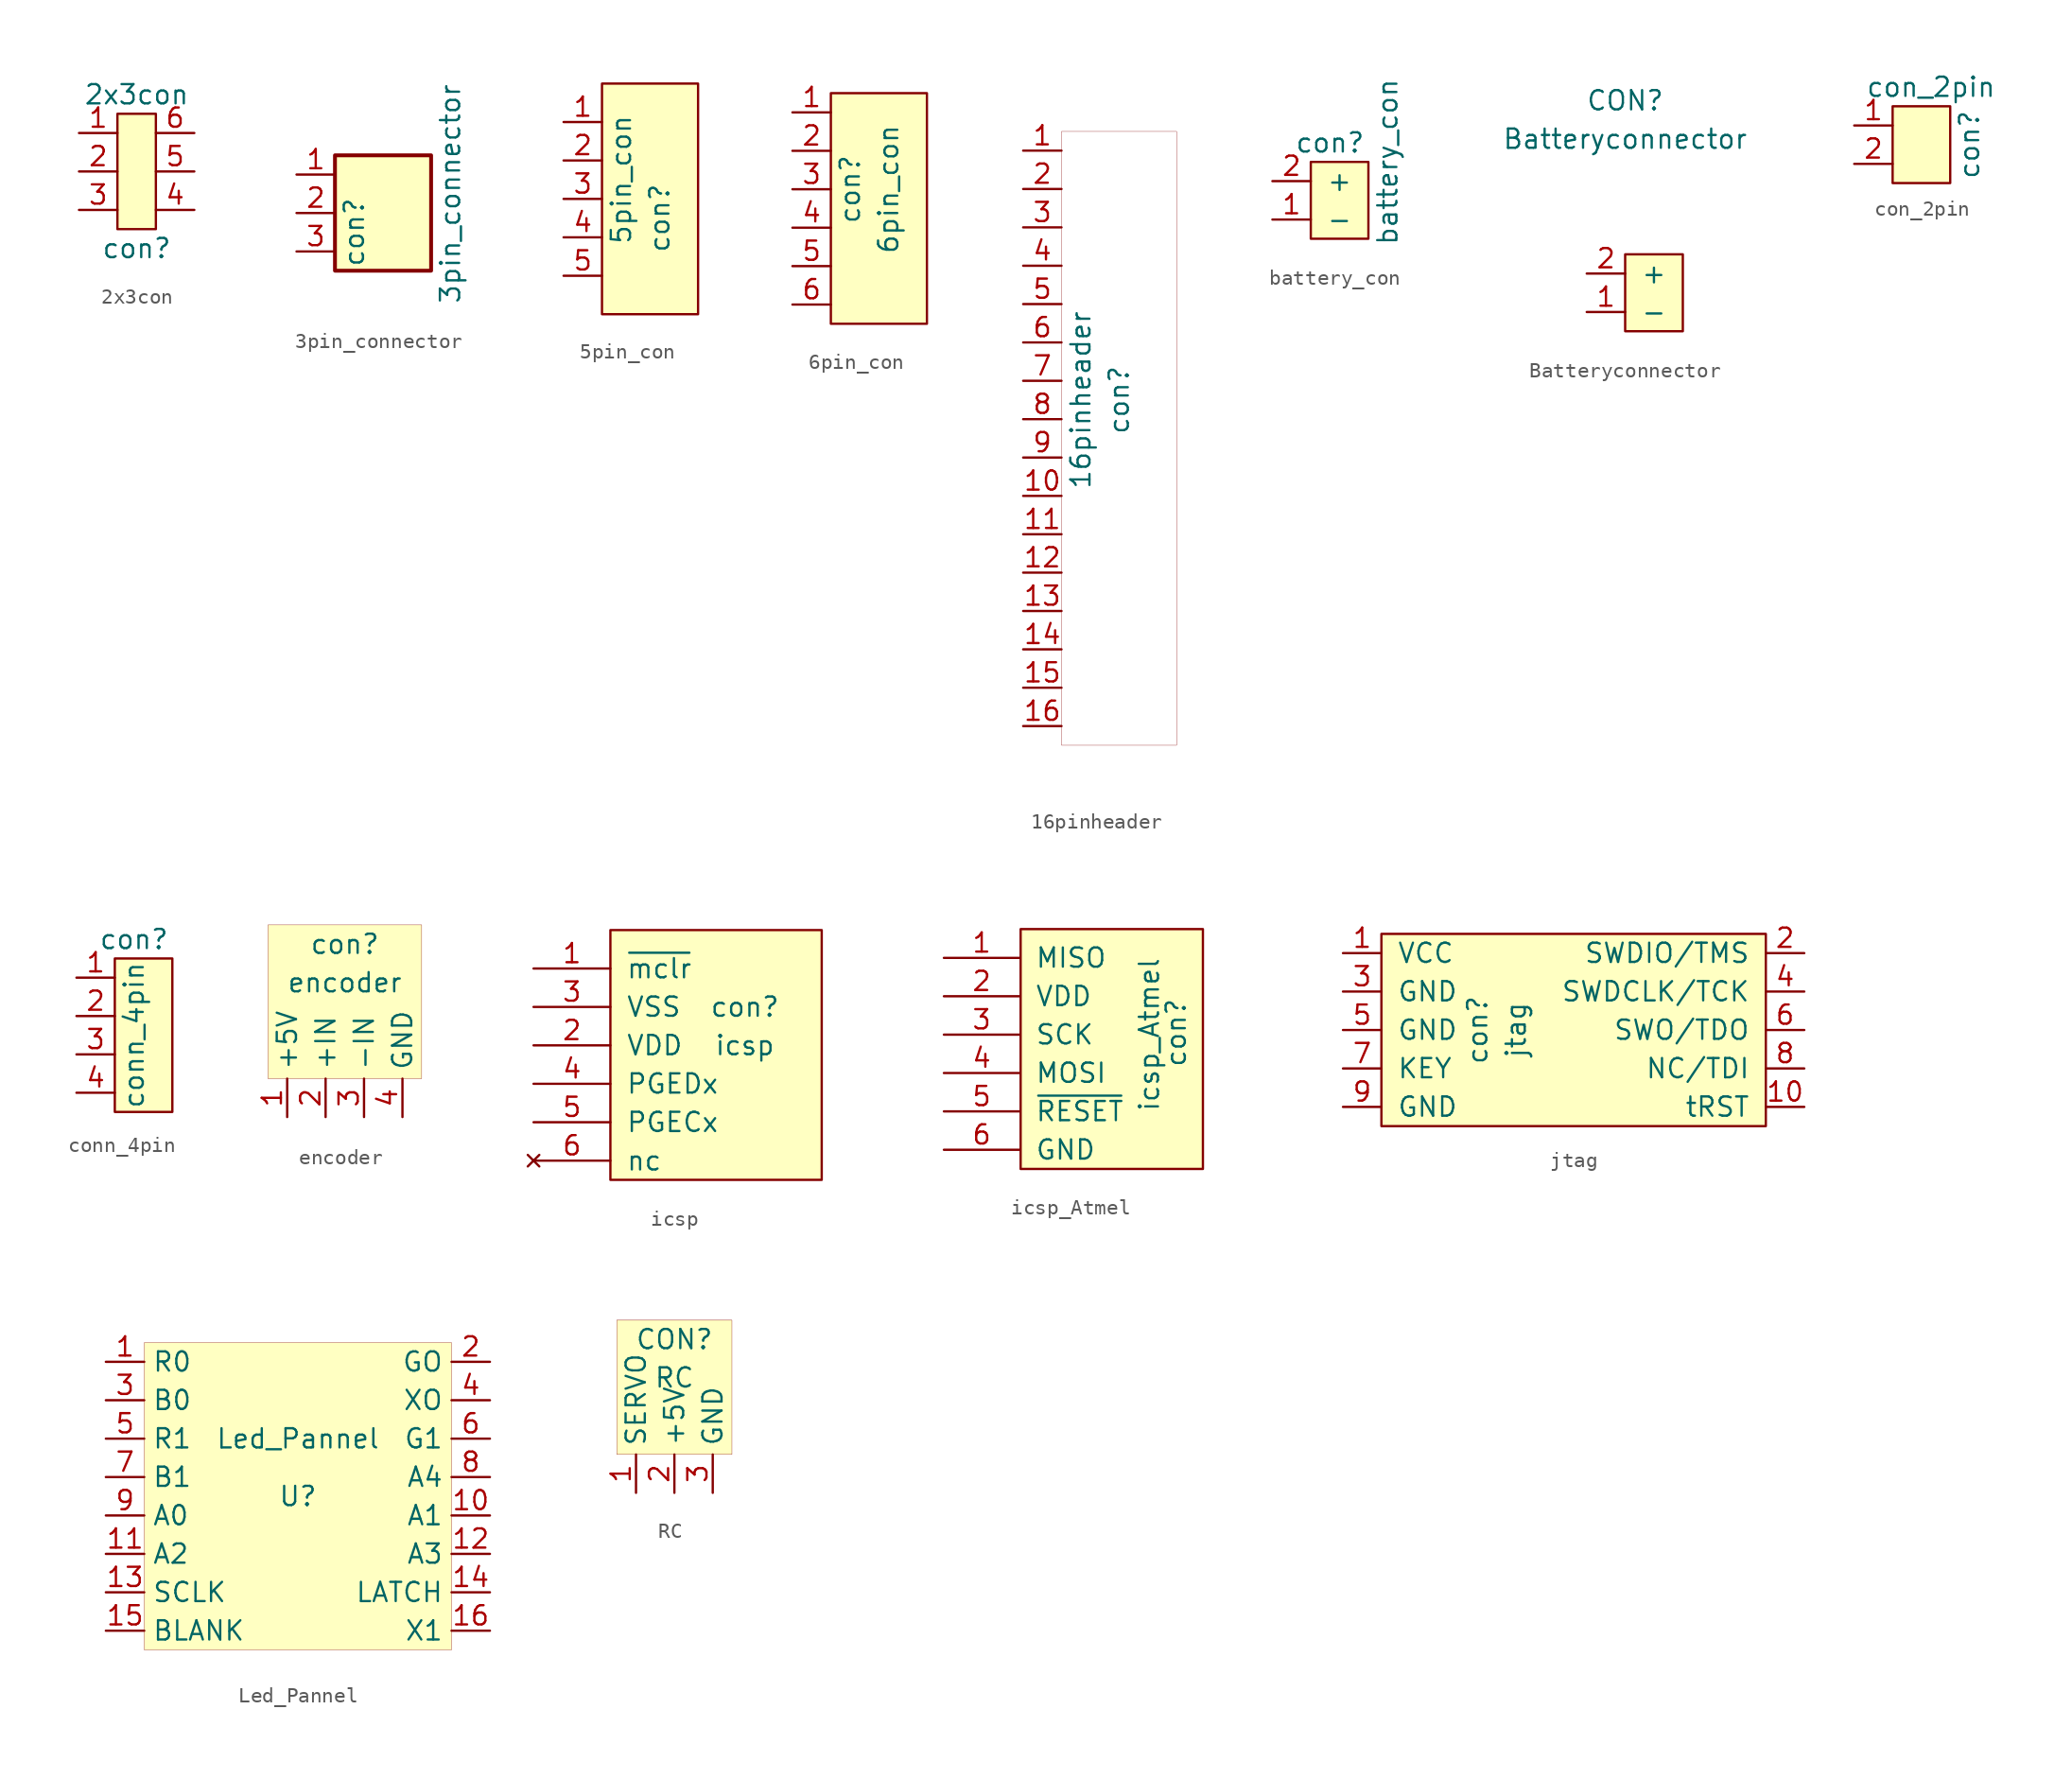
<source format=kicad_sym>
(kicad_symbol_lib
  (version 20201005)
  (generator kicad_symbol_editor)
  (symbol "conectors:2x3con"
    (pin_names
      (offset 1.016))
    (property "Reference" "con"
      (at 1.27 -7.62 0)
      (effects (font (size 1.27 1.27))))
    (property "Value" "2x3con"
      (at 1.27 2.54 0)
      (effects (font (size 1.27 1.27))))
    (symbol "2x3con_0_1"
      (rectangle (start 0 1.27) (end 2.54 -6.35) (stroke (width 0)) (fill (type background))))
    (symbol "2x3con_1_1"
      (pin unspecified line (at -2.54 0 0) (length 2.54) (name "~" (effects (font (size 1.27 1.27)))) (number "1" (effects (font (size 1.27 1.27)))))
      (pin unspecified line (at -2.54 -2.54 0) (length 2.54) (name "~" (effects (font (size 1.27 1.27)))) (number "2" (effects (font (size 1.27 1.27)))))
      (pin unspecified line (at -2.54 -5.08 0) (length 2.54) (name "~" (effects (font (size 1.27 1.27)))) (number "3" (effects (font (size 1.27 1.27)))))
      (pin unspecified line (at 5.08 -5.08 180) (length 2.54) (name "~" (effects (font (size 1.27 1.27)))) (number "4" (effects (font (size 1.27 1.27)))))
      (pin unspecified line (at 5.08 -2.54 180) (length 2.54) (name "~" (effects (font (size 1.27 1.27)))) (number "5" (effects (font (size 1.27 1.27)))))
      (pin unspecified line (at 5.08 0 180) (length 2.54) (name "~" (effects (font (size 1.27 1.27)))) (number "6" (effects (font (size 1.27 1.27)))))))
  (symbol "conectors:3pin_connector"
    (pin_names
      (offset 1.016))
    (property "Reference" "con"
      (at -2.54 -3.81 90)
      (effects (font (size 1.27 1.27))))
    (property "Value" "3pin_connector"
      (at 3.81 -1.27 90)
      (effects (font (size 1.27 1.27))))
    (symbol "3pin_connector_0_1"
      (rectangle (start -3.81 1.27) (end 2.54 -6.35) (stroke (width 0.254)) (fill (type background))))
    (symbol "3pin_connector_1_1"
      (pin input line (at -6.35 0 0) (length 2.54) (name "~" (effects (font (size 1.27 1.27)))) (number "1" (effects (font (size 1.27 1.27)))))
      (pin input line (at -6.35 -2.54 0) (length 2.54) (name "~" (effects (font (size 1.27 1.27)))) (number "2" (effects (font (size 1.27 1.27)))))
      (pin input line (at -6.35 -5.08 0) (length 2.54) (name "~" (effects (font (size 1.27 1.27)))) (number "3" (effects (font (size 1.27 1.27)))))))
  (symbol "conectors:5pin_con"
    (pin_names
      (offset 1.016))
    (property "Reference" "con"
      (at 0 -2.54 90)
      (effects (font (size 1.27 1.27))))
    (property "Value" "5pin_con"
      (at -2.54 0 90)
      (effects (font (size 1.27 1.27))))
    (symbol "5pin_con_1_1"
      (rectangle (start -3.81 6.35) (end 2.54 -8.89) (stroke (width 0)) (fill (type background)))
      (pin unspecified line (at -6.35 3.81 0) (length 2.54) (name "~" (effects (font (size 1.27 1.27)))) (number "1" (effects (font (size 1.27 1.27)))))
      (pin unspecified line (at -6.35 1.27 0) (length 2.54) (name "~" (effects (font (size 1.27 1.27)))) (number "2" (effects (font (size 1.27 1.27)))))
      (pin unspecified line (at -6.35 -1.27 0) (length 2.54) (name "~" (effects (font (size 1.27 1.27)))) (number "3" (effects (font (size 1.27 1.27)))))
      (pin unspecified line (at -6.35 -3.81 0) (length 2.54) (name "~" (effects (font (size 1.27 1.27)))) (number "4" (effects (font (size 1.27 1.27)))))
      (pin unspecified line (at -6.35 -6.35 0) (length 2.54) (name "~" (effects (font (size 1.27 1.27)))) (number "5" (effects (font (size 1.27 1.27)))))))
  (symbol "conectors:6pin_con"
    (pin_names
      (offset 1.016))
    (property "Reference" "con"
      (at 1.27 -5.08 90)
      (effects (font (size 1.27 1.27))))
    (property "Value" "6pin_con"
      (at 3.81 -5.08 90)
      (effects (font (size 1.27 1.27))))
    (symbol "6pin_con_0_1"
      (rectangle (start 0 1.27) (end 6.35 -13.97) (stroke (width 0)) (fill (type background))))
    (symbol "6pin_con_1_1"
      (pin unspecified line (at -2.54 0 0) (length 2.54) (name "~" (effects (font (size 1.27 1.27)))) (number "1" (effects (font (size 1.27 1.27)))))
      (pin unspecified line (at -2.54 -2.54 0) (length 2.54) (name "~" (effects (font (size 1.27 1.27)))) (number "2" (effects (font (size 1.27 1.27)))))
      (pin unspecified line (at -2.54 -5.08 0) (length 2.54) (name "~" (effects (font (size 1.27 1.27)))) (number "3" (effects (font (size 1.27 1.27)))))
      (pin unspecified line (at -2.54 -7.62 0) (length 2.54) (name "~" (effects (font (size 1.27 1.27)))) (number "4" (effects (font (size 1.27 1.27)))))
      (pin unspecified line (at -2.54 -10.16 0) (length 2.54) (name "~" (effects (font (size 1.27 1.27)))) (number "5" (effects (font (size 1.27 1.27)))))
      (pin unspecified line (at -2.54 -12.7 0) (length 2.54) (name "~" (effects (font (size 1.27 1.27)))) (number "6" (effects (font (size 1.27 1.27)))))))
  (symbol "conectors:16pinheader"
    (property "Reference" "con"
      (at 3.81 1.27 90)
      (effects (font (size 1.27 1.27))))
    (property "Value" "16pinheader"
      (at 1.27 1.27 90)
      (effects (font (size 1.27 1.27))))
    (symbol "16pinheader_0_1"
      (rectangle (start 0 19.05) (end 7.62 -21.59) (stroke (width 0.001)) (fill (type none))))
    (symbol "16pinheader_1_1"
      (pin input line (at -2.54 17.78 0) (length 2.54) (name "" (effects (font (size 1.27 1.27)))) (number "1" (effects (font (size 1.27 1.27)))))
      (pin input line (at -2.54 15.24 0) (length 2.54) (name "" (effects (font (size 1.27 1.27)))) (number "2" (effects (font (size 1.27 1.27)))))
      (pin input line (at -2.54 12.7 0) (length 2.54) (name "" (effects (font (size 1.27 1.27)))) (number "3" (effects (font (size 1.27 1.27)))))
      (pin input line (at -2.54 10.16 0) (length 2.54) (name "" (effects (font (size 1.27 1.27)))) (number "4" (effects (font (size 1.27 1.27)))))
      (pin input line (at -2.54 7.62 0) (length 2.54) (name "" (effects (font (size 1.27 1.27)))) (number "5" (effects (font (size 1.27 1.27)))))
      (pin input line (at -2.54 5.08 0) (length 2.54) (name "" (effects (font (size 1.27 1.27)))) (number "6" (effects (font (size 1.27 1.27)))))
      (pin input line (at -2.54 2.54 0) (length 2.54) (name "" (effects (font (size 1.27 1.27)))) (number "7" (effects (font (size 1.27 1.27)))))
      (pin input line (at -2.54 0 0) (length 2.54) (name "" (effects (font (size 1.27 1.27)))) (number "8" (effects (font (size 1.27 1.27)))))
      (pin input line (at -2.54 -2.54 0) (length 2.54) (name "" (effects (font (size 1.27 1.27)))) (number "9" (effects (font (size 1.27 1.27)))))
      (pin input line (at -2.54 -5.08 0) (length 2.54) (name "" (effects (font (size 1.27 1.27)))) (number "10" (effects (font (size 1.27 1.27)))))
      (pin input line (at -2.54 -7.62 0) (length 2.54) (name "" (effects (font (size 1.27 1.27)))) (number "11" (effects (font (size 1.27 1.27)))))
      (pin input line (at -2.54 -10.16 0) (length 2.54) (name "" (effects (font (size 1.27 1.27)))) (number "12" (effects (font (size 1.27 1.27)))))
      (pin input line (at -2.54 -12.7 0) (length 2.54) (name "" (effects (font (size 1.27 1.27)))) (number "13" (effects (font (size 1.27 1.27)))))
      (pin input line (at -2.54 -15.24 0) (length 2.54) (name "" (effects (font (size 1.27 1.27)))) (number "14" (effects (font (size 1.27 1.27)))))
      (pin input line (at -2.54 -17.78 0) (length 2.54) (name "" (effects (font (size 1.27 1.27)))) (number "15" (effects (font (size 1.27 1.27)))))
      (pin input line (at -2.54 -20.32 0) (length 2.54) (name "" (effects (font (size 1.27 1.27)))) (number "16" (effects (font (size 1.27 1.27)))))))
  (symbol "conectors:battery_con"
    (pin_names
      (offset 1.016))
    (property "Reference" "con"
      (at 0 3.81 0)
      (effects (font (size 1.27 1.27))))
    (property "Value" "battery_con"
      (at 3.81 2.54 90)
      (effects (font (size 1.27 1.27))))
    (symbol "battery_con_1_1"
      (rectangle (start -1.27 2.54) (end 2.54 -2.54) (stroke (width 0)) (fill (type background)))
      (pin unspecified line (at -3.81 -1.27 0) (length 2.54) (name "-" (effects (font (size 1.27 1.27)))) (number "1" (effects (font (size 1.27 1.27)))))
      (pin unspecified line (at -3.81 1.27 0) (length 2.54) (name "+" (effects (font (size 1.27 1.27)))) (number "2" (effects (font (size 1.27 1.27)))))))
  (symbol "conectors:Batteryconnector"
    (pin_names
      (offset 1.016))
    (property "Reference" "CON"
      (at 0 11.43 0)
      (effects (font (size 1.27 1.27))))
    (property "Value" "Batteryconnector"
      (at 0 8.89 0)
      (effects (font (size 1.27 1.27))))
    (symbol "Batteryconnector_0_1"
      (rectangle (start 0 1.27) (end 3.81 -3.81) (stroke (width 0)) (fill (type background))))
    (symbol "Batteryconnector_1_1"
      (pin power_in line (at -2.54 -2.54 0) (length 2.54) (name "-" (effects (font (size 1.27 1.27)))) (number "1" (effects (font (size 1.27 1.27)))))
      (pin power_out line (at -2.54 0 0) (length 2.54) (name "+" (effects (font (size 1.27 1.27)))) (number "2" (effects (font (size 1.27 1.27)))))))
  (symbol "conectors:con_2pin"
    (pin_names
      (offset 1.016))
    (property "Reference" "con"
      (at 3.81 0 90)
      (effects (font (size 1.27 1.27))))
    (property "Value" "con_2pin"
      (at 1.27 3.81 0)
      (effects (font (size 1.27 1.27))))
    (symbol "con_2pin_1_1"
      (rectangle (start -1.27 2.54) (end 2.54 -2.54) (stroke (width 0)) (fill (type background)))
      (pin unspecified line (at -3.81 1.27 0) (length 2.54) (name "~" (effects (font (size 1.27 1.27)))) (number "1" (effects (font (size 1.27 1.27)))))
      (pin unspecified line (at -3.81 -1.27 0) (length 2.54) (name "~" (effects (font (size 1.27 1.27)))) (number "2" (effects (font (size 1.27 1.27)))))))
  (symbol "conectors:conn_4pin"
    (pin_names
      (offset 1.016))
    (property "Reference" "con"
      (at 1.27 2.54 0)
      (effects (font (size 1.27 1.27))))
    (property "Value" "conn_4pin"
      (at 1.27 -3.81 90)
      (effects (font (size 1.27 1.27))))
    (symbol "conn_4pin_0_1"
      (rectangle (start 0 1.27) (end 3.81 -8.89) (stroke (width 0)) (fill (type background))))
    (symbol "conn_4pin_1_1"
      (pin unspecified line (at -2.54 0 0) (length 2.54) (name "~" (effects (font (size 1.27 1.27)))) (number "1" (effects (font (size 1.27 1.27)))))
      (pin unspecified line (at -2.54 -2.54 0) (length 2.54) (name "~" (effects (font (size 1.27 1.27)))) (number "2" (effects (font (size 1.27 1.27)))))
      (pin unspecified line (at -2.54 -5.08 0) (length 2.54) (name "~" (effects (font (size 1.27 1.27)))) (number "3" (effects (font (size 1.27 1.27)))))
      (pin unspecified line (at -2.54 -7.62 0) (length 2.54) (name "~" (effects (font (size 1.27 1.27)))) (number "4" (effects (font (size 1.27 1.27)))))))
  (symbol "conectors:encoder"
    (property "Reference" "con"
      (at 0 6.35 0)
      (effects (font (size 1.27 1.27))))
    (property "Value" "encoder"
      (at 0 3.81 0)
      (effects (font (size 1.27 1.27))))
    (symbol "encoder_0_1"
      (rectangle (start -5.08 7.62) (end 5.08 -2.54) (stroke (width 0.001)) (fill (type background))))
    (symbol "encoder_1_1"
      (pin power_in line (at -3.81 -5.08 90) (length 2.54) (name "+5V" (effects (font (size 1.27 1.27)))) (number "1" (effects (font (size 1.27 1.27)))))
      (pin output line (at -1.27 -5.08 90) (length 2.54) (name "+IN" (effects (font (size 1.27 1.27)))) (number "2" (effects (font (size 1.27 1.27)))))
      (pin output line (at 1.27 -5.08 90) (length 2.54) (name "-IN" (effects (font (size 1.27 1.27)))) (number "3" (effects (font (size 1.27 1.27)))))
      (pin power_out line (at 3.81 -5.08 90) (length 2.54) (name "GND" (effects (font (size 1.27 1.27)))) (number "4" (effects (font (size 1.27 1.27)))))))
  (symbol "conectors:icsp"
    (pin_names
      (offset 1.016))
    (property "Reference" "con"
      (at 8.89 -2.54 0)
      (effects (font (size 1.27 1.27))))
    (property "Value" "icsp"
      (at 8.89 -5.08 0)
      (effects (font (size 1.27 1.27))))
    (symbol "icsp_0_1"
      (rectangle (start 0 2.54) (end 13.97 -13.97) (stroke (width 0)) (fill (type background))))
    (symbol "icsp_1_1"
      (pin input line (at -5.08 0 0) (length 5.08) (name "~mclr" (effects (font (size 1.27 1.27)))) (number "1" (effects (font (size 1.27 1.27)))))
      (pin input line (at -5.08 -5.08 0) (length 5.08) (name "VDD" (effects (font (size 1.27 1.27)))) (number "2" (effects (font (size 1.27 1.27)))))
      (pin input line (at -5.08 -2.54 0) (length 5.08) (name "VSS" (effects (font (size 1.27 1.27)))) (number "3" (effects (font (size 1.27 1.27)))))
      (pin input line (at -5.08 -7.62 0) (length 5.08) (name "PGEDx" (effects (font (size 1.27 1.27)))) (number "4" (effects (font (size 1.27 1.27)))))
      (pin input line (at -5.08 -10.16 0) (length 5.08) (name "PGECx" (effects (font (size 1.27 1.27)))) (number "5" (effects (font (size 1.27 1.27)))))
      (pin no_connect line (at -5.08 -12.7 0) (length 5.08) (name "nc" (effects (font (size 1.27 1.27)))) (number "6" (effects (font (size 1.27 1.27)))))))
  (symbol "conectors:icsp_Atmel"
    (pin_names
      (offset 1.016))
    (property "Reference" "con"
      (at 10.287 0.127 90)
      (effects (font (size 1.27 1.27))))
    (property "Value" "icsp_Atmel"
      (at 8.509 0 90)
      (effects (font (size 1.27 1.27))))
    (symbol "icsp_Atmel_0_1"
      (rectangle (start 0 6.985) (end 12.065 -8.89) (stroke (width 0)) (fill (type background)))
      (pin input line (at -5.08 0 0) (length 5.004) (name "SCK" (effects (font (size 1.27 1.27)))) (number "3" (effects (font (size 1.27 1.27))))))
    (symbol "icsp_Atmel_1_1"
      (pin bidirectional line (at -5.08 5.08 0) (length 5.004) (name "MISO" (effects (font (size 1.27 1.27)))) (number "1" (effects (font (size 1.27 1.27)))))
      (pin power_in line (at -5.08 2.54 0) (length 5.004) (name "VDD" (effects (font (size 1.27 1.27)))) (number "2" (effects (font (size 1.27 1.27)))))
      (pin bidirectional line (at -5.08 -2.54 0) (length 5.004) (name "MOSI" (effects (font (size 1.27 1.27)))) (number "4" (effects (font (size 1.27 1.27)))))
      (pin bidirectional line (at -5.08 -5.08 0) (length 5.004) (name "~RESET" (effects (font (size 1.27 1.27)))) (number "5" (effects (font (size 1.27 1.27)))))
      (pin power_out line (at -5.08 -7.62 0) (length 5.004) (name "GND" (effects (font (size 1.27 1.27)))) (number "6" (effects (font (size 1.27 1.27)))))))
  (symbol "conectors:jtag"
    (pin_names
      (offset 1.016))
    (property "Reference" "con"
      (at -6.35 0 90)
      (effects (font (size 1.27 1.27))))
    (property "Value" "jtag"
      (at -3.81 0 90)
      (effects (font (size 1.27 1.27))))
    (symbol "jtag_0_1"
      (rectangle (start -12.7 6.35) (end 12.7 -6.35) (stroke (width 0)) (fill (type background))))
    (symbol "jtag_1_1"
      (pin power_in line (at -15.24 5.08 0) (length 2.54) (name "VCC" (effects (font (size 1.27 1.27)))) (number "1" (effects (font (size 1.27 1.27)))))
      (pin unspecified line (at 15.24 -5.08 180) (length 2.54) (name "tRST" (effects (font (size 1.27 1.27)))) (number "10" (effects (font (size 1.27 1.27)))))
      (pin unspecified line (at 15.24 5.08 180) (length 2.54) (name "SWDIO/TMS" (effects (font (size 1.27 1.27)))) (number "2" (effects (font (size 1.27 1.27)))))
      (pin power_out line (at -15.24 2.54 0) (length 2.54) (name "GND" (effects (font (size 1.27 1.27)))) (number "3" (effects (font (size 1.27 1.27)))))
      (pin unspecified line (at 15.24 2.54 180) (length 2.54) (name "SWDCLK/TCK" (effects (font (size 1.27 1.27)))) (number "4" (effects (font (size 1.27 1.27)))))
      (pin power_out line (at -15.24 0 0) (length 2.54) (name "GND" (effects (font (size 1.27 1.27)))) (number "5" (effects (font (size 1.27 1.27)))))
      (pin power_in line (at 15.24 0 180) (length 2.54) (name "SWO/TDO" (effects (font (size 1.27 1.27)))) (number "6" (effects (font (size 1.27 1.27)))))
      (pin unspecified line (at -15.24 -2.54 0) (length 2.54) (name "KEY" (effects (font (size 1.27 1.27)))) (number "7" (effects (font (size 1.27 1.27)))))
      (pin unspecified line (at 15.24 -2.54 180) (length 2.54) (name "NC/TDI" (effects (font (size 1.27 1.27)))) (number "8" (effects (font (size 1.27 1.27)))))
      (pin power_out line (at -15.24 -5.08 0) (length 2.54) (name "GND" (effects (font (size 1.27 1.27)))) (number "9" (effects (font (size 1.27 1.27)))))))
  (symbol "conectors:Led_Pannel"
    (property "Reference" "U"
      (at 0 0 0)
      (effects (font (size 1.27 1.27))))
    (property "Value" "Led_Pannel"
      (at 0 3.81 0)
      (effects (font (size 1.27 1.27))))
    (symbol "Led_Pannel_0_1"
      (rectangle (start -10.16 10.16) (end 10.16 -10.16) (stroke (width 0.001)) (fill (type background))))
    (symbol "Led_Pannel_1_1"
      (pin unspecified line (at -12.7 8.89 0) (length 2.54) (name "R0" (effects (font (size 1.27 1.27)))) (number "1" (effects (font (size 1.27 1.27)))))
      (pin unspecified line (at -12.7 6.35 0) (length 2.54) (name "B0" (effects (font (size 1.27 1.27)))) (number "3" (effects (font (size 1.27 1.27)))))
      (pin unspecified line (at -12.7 3.81 0) (length 2.54) (name "R1" (effects (font (size 1.27 1.27)))) (number "5" (effects (font (size 1.27 1.27)))))
      (pin unspecified line (at -12.7 1.27 0) (length 2.54) (name "B1" (effects (font (size 1.27 1.27)))) (number "7" (effects (font (size 1.27 1.27)))))
      (pin unspecified line (at -12.7 -1.27 0) (length 2.54) (name "A0" (effects (font (size 1.27 1.27)))) (number "9" (effects (font (size 1.27 1.27)))))
      (pin unspecified line (at -12.7 -3.81 0) (length 2.54) (name "A2" (effects (font (size 1.27 1.27)))) (number "11" (effects (font (size 1.27 1.27)))))
      (pin unspecified line (at -12.7 -6.35 0) (length 2.54) (name "SCLK" (effects (font (size 1.27 1.27)))) (number "13" (effects (font (size 1.27 1.27)))))
      (pin unspecified line (at -12.7 -8.89 0) (length 2.54) (name "BLANK" (effects (font (size 1.27 1.27)))) (number "15" (effects (font (size 1.27 1.27)))))
      (pin unspecified line (at 12.7 -8.89 180) (length 2.54) (name "X1" (effects (font (size 1.27 1.27)))) (number "16" (effects (font (size 1.27 1.27)))))
      (pin unspecified line (at 12.7 -6.35 180) (length 2.54) (name "LATCH" (effects (font (size 1.27 1.27)))) (number "14" (effects (font (size 1.27 1.27)))))
      (pin unspecified line (at 12.7 -3.81 180) (length 2.54) (name "A3" (effects (font (size 1.27 1.27)))) (number "12" (effects (font (size 1.27 1.27)))))
      (pin unspecified line (at 12.7 -1.27 180) (length 2.54) (name "A1" (effects (font (size 1.27 1.27)))) (number "10" (effects (font (size 1.27 1.27)))))
      (pin unspecified line (at 12.7 1.27 180) (length 2.54) (name "A4" (effects (font (size 1.27 1.27)))) (number "8" (effects (font (size 1.27 1.27)))))
      (pin unspecified line (at 12.7 3.81 180) (length 2.54) (name "G1" (effects (font (size 1.27 1.27)))) (number "6" (effects (font (size 1.27 1.27)))))
      (pin unspecified line (at 12.7 6.35 180) (length 2.54) (name "XO" (effects (font (size 1.27 1.27)))) (number "4" (effects (font (size 1.27 1.27)))))
      (pin unspecified line (at 12.7 8.89 180) (length 2.54) (name "GO" (effects (font (size 1.27 1.27)))) (number "2" (effects (font (size 1.27 1.27)))))))
  (symbol "conectors:RC"
    (property "Reference" "CON"
      (at 2.54 5.08 0)
      (effects (font (size 1.27 1.27))))
    (property "Value" "RC"
      (at 2.54 2.54 0)
      (effects (font (size 1.27 1.27))))
    (symbol "RC_0_1"
      (rectangle (start -1.27 6.35) (end 6.35 -2.54) (stroke (width 0.001)) (fill (type background)))
      (rectangle (start -1.27 6.35) (end -1.27 6.35) (stroke (width 0.001)) (fill (type background))))
    (symbol "RC_1_1"
      (pin output line (at 0 -5.08 90) (length 2.54) (name "SERVO" (effects (font (size 1.27 1.27)))) (number "1" (effects (font (size 1.27 1.27)))))
      (pin power_in line (at 2.54 -5.08 90) (length 2.54) (name "+5V" (effects (font (size 1.27 1.27)))) (number "2" (effects (font (size 1.27 1.27)))))
      (pin power_out line (at 5.08 -5.08 90) (length 2.54) (name "GND" (effects (font (size 1.27 1.27)))) (number "3" (effects (font (size 1.27 1.27))))))))
</source>
